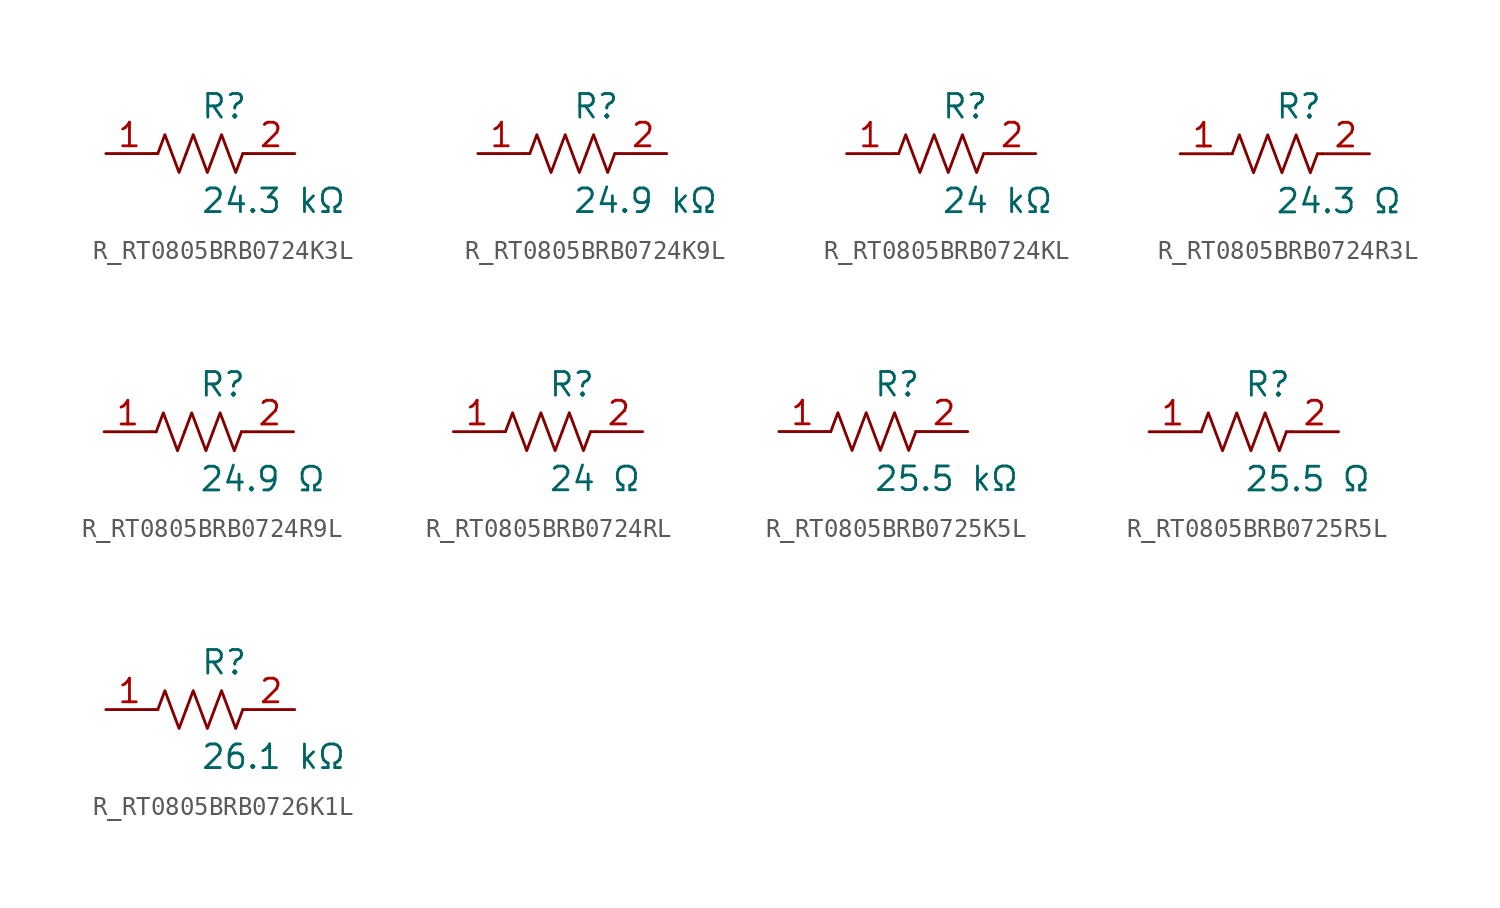
<source format=kicad_sym>
(kicad_symbol_lib
  (version 20231120)
  (generator kicad_symbol_editor)
  (generator_version 8.0)
  (symbol "R_RT0805BRB0724K3L"
    (pin_names
      (offset 0.254))
    (property "Reference" "R"
      (at 0 2.54 0)
      (effects (font (size 1.27 1.27)) (justify left)))
    (property "Value" "24.3 kΩ"
      (at 0 -2.54 0)
      (effects (font (size 1.27 1.27)) (justify left)))
    (symbol "R_RT0805BRB0724K3L_0_1"
      (polyline (pts (xy 2.286 0) (xy 2.54 0)) (stroke (width 0) (type default)) (fill (type none)))
      (polyline (pts (xy -2.286 0) (xy -2.54 0)) (stroke (width 0) (type default)) (fill (type none)))
      (polyline (pts (xy 0.762 0) (xy 1.143 1.016) (xy 1.524 0) (xy 1.905 -1.016) (xy 2.286 0)) (stroke (width 0) (type default)) (fill (type none)))
      (polyline (pts (xy -0.762 0) (xy -0.381 1.016) (xy 0 0) (xy 0.381 -1.016) (xy 0.762 0)) (stroke (width 0) (type default)) (fill (type none)))
      (polyline (pts (xy -2.286 0) (xy -1.905 1.016) (xy -1.524 0) (xy -1.143 -1.016) (xy -0.762 0)) (stroke (width 0) (type default)) (fill (type none))))
    (pin unspecified line
      (at -5.08 0 0)
      (length 2.54)
      (name "" (effects (font (size 1.27 1.27))))
      (number "1" (effects (font (size 1.27 1.27)))))
    (pin unspecified line
      (at 5.08 0 180)
      (length 2.54)
      (name "" (effects (font (size 1.27 1.27))))
      (number "2" (effects (font (size 1.27 1.27))))))
  (symbol "R_RT0805BRB0724K9L"
    (pin_names
      (offset 0.254))
    (property "Reference" "R"
      (at 0 2.54 0)
      (effects (font (size 1.27 1.27)) (justify left)))
    (property "Value" "24.9 kΩ"
      (at 0 -2.54 0)
      (effects (font (size 1.27 1.27)) (justify left)))
    (symbol "R_RT0805BRB0724K9L_0_1"
      (polyline (pts (xy 2.286 0) (xy 2.54 0)) (stroke (width 0) (type default)) (fill (type none)))
      (polyline (pts (xy -2.286 0) (xy -2.54 0)) (stroke (width 0) (type default)) (fill (type none)))
      (polyline (pts (xy 0.762 0) (xy 1.143 1.016) (xy 1.524 0) (xy 1.905 -1.016) (xy 2.286 0)) (stroke (width 0) (type default)) (fill (type none)))
      (polyline (pts (xy -0.762 0) (xy -0.381 1.016) (xy 0 0) (xy 0.381 -1.016) (xy 0.762 0)) (stroke (width 0) (type default)) (fill (type none)))
      (polyline (pts (xy -2.286 0) (xy -1.905 1.016) (xy -1.524 0) (xy -1.143 -1.016) (xy -0.762 0)) (stroke (width 0) (type default)) (fill (type none))))
    (pin unspecified line
      (at -5.08 0 0)
      (length 2.54)
      (name "" (effects (font (size 1.27 1.27))))
      (number "1" (effects (font (size 1.27 1.27)))))
    (pin unspecified line
      (at 5.08 0 180)
      (length 2.54)
      (name "" (effects (font (size 1.27 1.27))))
      (number "2" (effects (font (size 1.27 1.27))))))
  (symbol "R_RT0805BRB0724KL"
    (pin_names
      (offset 0.254))
    (property "Reference" "R"
      (at 0 2.54 0)
      (effects (font (size 1.27 1.27)) (justify left)))
    (property "Value" "24 kΩ"
      (at 0 -2.54 0)
      (effects (font (size 1.27 1.27)) (justify left)))
    (symbol "R_RT0805BRB0724KL_0_1"
      (polyline (pts (xy 2.286 0) (xy 2.54 0)) (stroke (width 0) (type default)) (fill (type none)))
      (polyline (pts (xy -2.286 0) (xy -2.54 0)) (stroke (width 0) (type default)) (fill (type none)))
      (polyline (pts (xy 0.762 0) (xy 1.143 1.016) (xy 1.524 0) (xy 1.905 -1.016) (xy 2.286 0)) (stroke (width 0) (type default)) (fill (type none)))
      (polyline (pts (xy -0.762 0) (xy -0.381 1.016) (xy 0 0) (xy 0.381 -1.016) (xy 0.762 0)) (stroke (width 0) (type default)) (fill (type none)))
      (polyline (pts (xy -2.286 0) (xy -1.905 1.016) (xy -1.524 0) (xy -1.143 -1.016) (xy -0.762 0)) (stroke (width 0) (type default)) (fill (type none))))
    (pin unspecified line
      (at -5.08 0 0)
      (length 2.54)
      (name "" (effects (font (size 1.27 1.27))))
      (number "1" (effects (font (size 1.27 1.27)))))
    (pin unspecified line
      (at 5.08 0 180)
      (length 2.54)
      (name "" (effects (font (size 1.27 1.27))))
      (number "2" (effects (font (size 1.27 1.27))))))
  (symbol "R_RT0805BRB0724R3L"
    (pin_names
      (offset 0.254))
    (property "Reference" "R"
      (at 0 2.54 0)
      (effects (font (size 1.27 1.27)) (justify left)))
    (property "Value" "24.3 Ω"
      (at 0 -2.54 0)
      (effects (font (size 1.27 1.27)) (justify left)))
    (symbol "R_RT0805BRB0724R3L_0_1"
      (polyline (pts (xy 2.286 0) (xy 2.54 0)) (stroke (width 0) (type default)) (fill (type none)))
      (polyline (pts (xy -2.286 0) (xy -2.54 0)) (stroke (width 0) (type default)) (fill (type none)))
      (polyline (pts (xy 0.762 0) (xy 1.143 1.016) (xy 1.524 0) (xy 1.905 -1.016) (xy 2.286 0)) (stroke (width 0) (type default)) (fill (type none)))
      (polyline (pts (xy -0.762 0) (xy -0.381 1.016) (xy 0 0) (xy 0.381 -1.016) (xy 0.762 0)) (stroke (width 0) (type default)) (fill (type none)))
      (polyline (pts (xy -2.286 0) (xy -1.905 1.016) (xy -1.524 0) (xy -1.143 -1.016) (xy -0.762 0)) (stroke (width 0) (type default)) (fill (type none))))
    (pin unspecified line
      (at -5.08 0 0)
      (length 2.54)
      (name "" (effects (font (size 1.27 1.27))))
      (number "1" (effects (font (size 1.27 1.27)))))
    (pin unspecified line
      (at 5.08 0 180)
      (length 2.54)
      (name "" (effects (font (size 1.27 1.27))))
      (number "2" (effects (font (size 1.27 1.27))))))
  (symbol "R_RT0805BRB0724R9L"
    (pin_names
      (offset 0.254))
    (property "Reference" "R"
      (at 0 2.54 0)
      (effects (font (size 1.27 1.27)) (justify left)))
    (property "Value" "24.9 Ω"
      (at 0 -2.54 0)
      (effects (font (size 1.27 1.27)) (justify left)))
    (symbol "R_RT0805BRB0724R9L_0_1"
      (polyline (pts (xy 2.286 0) (xy 2.54 0)) (stroke (width 0) (type default)) (fill (type none)))
      (polyline (pts (xy -2.286 0) (xy -2.54 0)) (stroke (width 0) (type default)) (fill (type none)))
      (polyline (pts (xy 0.762 0) (xy 1.143 1.016) (xy 1.524 0) (xy 1.905 -1.016) (xy 2.286 0)) (stroke (width 0) (type default)) (fill (type none)))
      (polyline (pts (xy -0.762 0) (xy -0.381 1.016) (xy 0 0) (xy 0.381 -1.016) (xy 0.762 0)) (stroke (width 0) (type default)) (fill (type none)))
      (polyline (pts (xy -2.286 0) (xy -1.905 1.016) (xy -1.524 0) (xy -1.143 -1.016) (xy -0.762 0)) (stroke (width 0) (type default)) (fill (type none))))
    (pin unspecified line
      (at -5.08 0 0)
      (length 2.54)
      (name "" (effects (font (size 1.27 1.27))))
      (number "1" (effects (font (size 1.27 1.27)))))
    (pin unspecified line
      (at 5.08 0 180)
      (length 2.54)
      (name "" (effects (font (size 1.27 1.27))))
      (number "2" (effects (font (size 1.27 1.27))))))
  (symbol "R_RT0805BRB0724RL"
    (pin_names
      (offset 0.254))
    (property "Reference" "R"
      (at 0 2.54 0)
      (effects (font (size 1.27 1.27)) (justify left)))
    (property "Value" "24 Ω"
      (at 0 -2.54 0)
      (effects (font (size 1.27 1.27)) (justify left)))
    (symbol "R_RT0805BRB0724RL_0_1"
      (polyline (pts (xy 2.286 0) (xy 2.54 0)) (stroke (width 0) (type default)) (fill (type none)))
      (polyline (pts (xy -2.286 0) (xy -2.54 0)) (stroke (width 0) (type default)) (fill (type none)))
      (polyline (pts (xy 0.762 0) (xy 1.143 1.016) (xy 1.524 0) (xy 1.905 -1.016) (xy 2.286 0)) (stroke (width 0) (type default)) (fill (type none)))
      (polyline (pts (xy -0.762 0) (xy -0.381 1.016) (xy 0 0) (xy 0.381 -1.016) (xy 0.762 0)) (stroke (width 0) (type default)) (fill (type none)))
      (polyline (pts (xy -2.286 0) (xy -1.905 1.016) (xy -1.524 0) (xy -1.143 -1.016) (xy -0.762 0)) (stroke (width 0) (type default)) (fill (type none))))
    (pin unspecified line
      (at -5.08 0 0)
      (length 2.54)
      (name "" (effects (font (size 1.27 1.27))))
      (number "1" (effects (font (size 1.27 1.27)))))
    (pin unspecified line
      (at 5.08 0 180)
      (length 2.54)
      (name "" (effects (font (size 1.27 1.27))))
      (number "2" (effects (font (size 1.27 1.27))))))
  (symbol "R_RT0805BRB0725K5L"
    (pin_names
      (offset 0.254))
    (property "Reference" "R"
      (at 0 2.54 0)
      (effects (font (size 1.27 1.27)) (justify left)))
    (property "Value" "25.5 kΩ"
      (at 0 -2.54 0)
      (effects (font (size 1.27 1.27)) (justify left)))
    (symbol "R_RT0805BRB0725K5L_0_1"
      (polyline (pts (xy 2.286 0) (xy 2.54 0)) (stroke (width 0) (type default)) (fill (type none)))
      (polyline (pts (xy -2.286 0) (xy -2.54 0)) (stroke (width 0) (type default)) (fill (type none)))
      (polyline (pts (xy 0.762 0) (xy 1.143 1.016) (xy 1.524 0) (xy 1.905 -1.016) (xy 2.286 0)) (stroke (width 0) (type default)) (fill (type none)))
      (polyline (pts (xy -0.762 0) (xy -0.381 1.016) (xy 0 0) (xy 0.381 -1.016) (xy 0.762 0)) (stroke (width 0) (type default)) (fill (type none)))
      (polyline (pts (xy -2.286 0) (xy -1.905 1.016) (xy -1.524 0) (xy -1.143 -1.016) (xy -0.762 0)) (stroke (width 0) (type default)) (fill (type none))))
    (pin unspecified line
      (at -5.08 0 0)
      (length 2.54)
      (name "" (effects (font (size 1.27 1.27))))
      (number "1" (effects (font (size 1.27 1.27)))))
    (pin unspecified line
      (at 5.08 0 180)
      (length 2.54)
      (name "" (effects (font (size 1.27 1.27))))
      (number "2" (effects (font (size 1.27 1.27))))))
  (symbol "R_RT0805BRB0725R5L"
    (pin_names
      (offset 0.254))
    (property "Reference" "R"
      (at 0 2.54 0)
      (effects (font (size 1.27 1.27)) (justify left)))
    (property "Value" "25.5 Ω"
      (at 0 -2.54 0)
      (effects (font (size 1.27 1.27)) (justify left)))
    (symbol "R_RT0805BRB0725R5L_0_1"
      (polyline (pts (xy 2.286 0) (xy 2.54 0)) (stroke (width 0) (type default)) (fill (type none)))
      (polyline (pts (xy -2.286 0) (xy -2.54 0)) (stroke (width 0) (type default)) (fill (type none)))
      (polyline (pts (xy 0.762 0) (xy 1.143 1.016) (xy 1.524 0) (xy 1.905 -1.016) (xy 2.286 0)) (stroke (width 0) (type default)) (fill (type none)))
      (polyline (pts (xy -0.762 0) (xy -0.381 1.016) (xy 0 0) (xy 0.381 -1.016) (xy 0.762 0)) (stroke (width 0) (type default)) (fill (type none)))
      (polyline (pts (xy -2.286 0) (xy -1.905 1.016) (xy -1.524 0) (xy -1.143 -1.016) (xy -0.762 0)) (stroke (width 0) (type default)) (fill (type none))))
    (pin unspecified line
      (at -5.08 0 0)
      (length 2.54)
      (name "" (effects (font (size 1.27 1.27))))
      (number "1" (effects (font (size 1.27 1.27)))))
    (pin unspecified line
      (at 5.08 0 180)
      (length 2.54)
      (name "" (effects (font (size 1.27 1.27))))
      (number "2" (effects (font (size 1.27 1.27))))))
  (symbol "R_RT0805BRB0726K1L"
    (pin_names
      (offset 0.254))
    (property "Reference" "R"
      (at 0 2.54 0)
      (effects (font (size 1.27 1.27)) (justify left)))
    (property "Value" "26.1 kΩ"
      (at 0 -2.54 0)
      (effects (font (size 1.27 1.27)) (justify left)))
    (symbol "R_RT0805BRB0726K1L_0_1"
      (polyline (pts (xy 2.286 0) (xy 2.54 0)) (stroke (width 0) (type default)) (fill (type none)))
      (polyline (pts (xy -2.286 0) (xy -2.54 0)) (stroke (width 0) (type default)) (fill (type none)))
      (polyline (pts (xy 0.762 0) (xy 1.143 1.016) (xy 1.524 0) (xy 1.905 -1.016) (xy 2.286 0)) (stroke (width 0) (type default)) (fill (type none)))
      (polyline (pts (xy -0.762 0) (xy -0.381 1.016) (xy 0 0) (xy 0.381 -1.016) (xy 0.762 0)) (stroke (width 0) (type default)) (fill (type none)))
      (polyline (pts (xy -2.286 0) (xy -1.905 1.016) (xy -1.524 0) (xy -1.143 -1.016) (xy -0.762 0)) (stroke (width 0) (type default)) (fill (type none))))
    (pin unspecified line
      (at -5.08 0 0)
      (length 2.54)
      (name "" (effects (font (size 1.27 1.27))))
      (number "1" (effects (font (size 1.27 1.27)))))
    (pin unspecified line
      (at 5.08 0 180)
      (length 2.54)
      (name "" (effects (font (size 1.27 1.27))))
      (number "2" (effects (font (size 1.27 1.27)))))))
</source>
